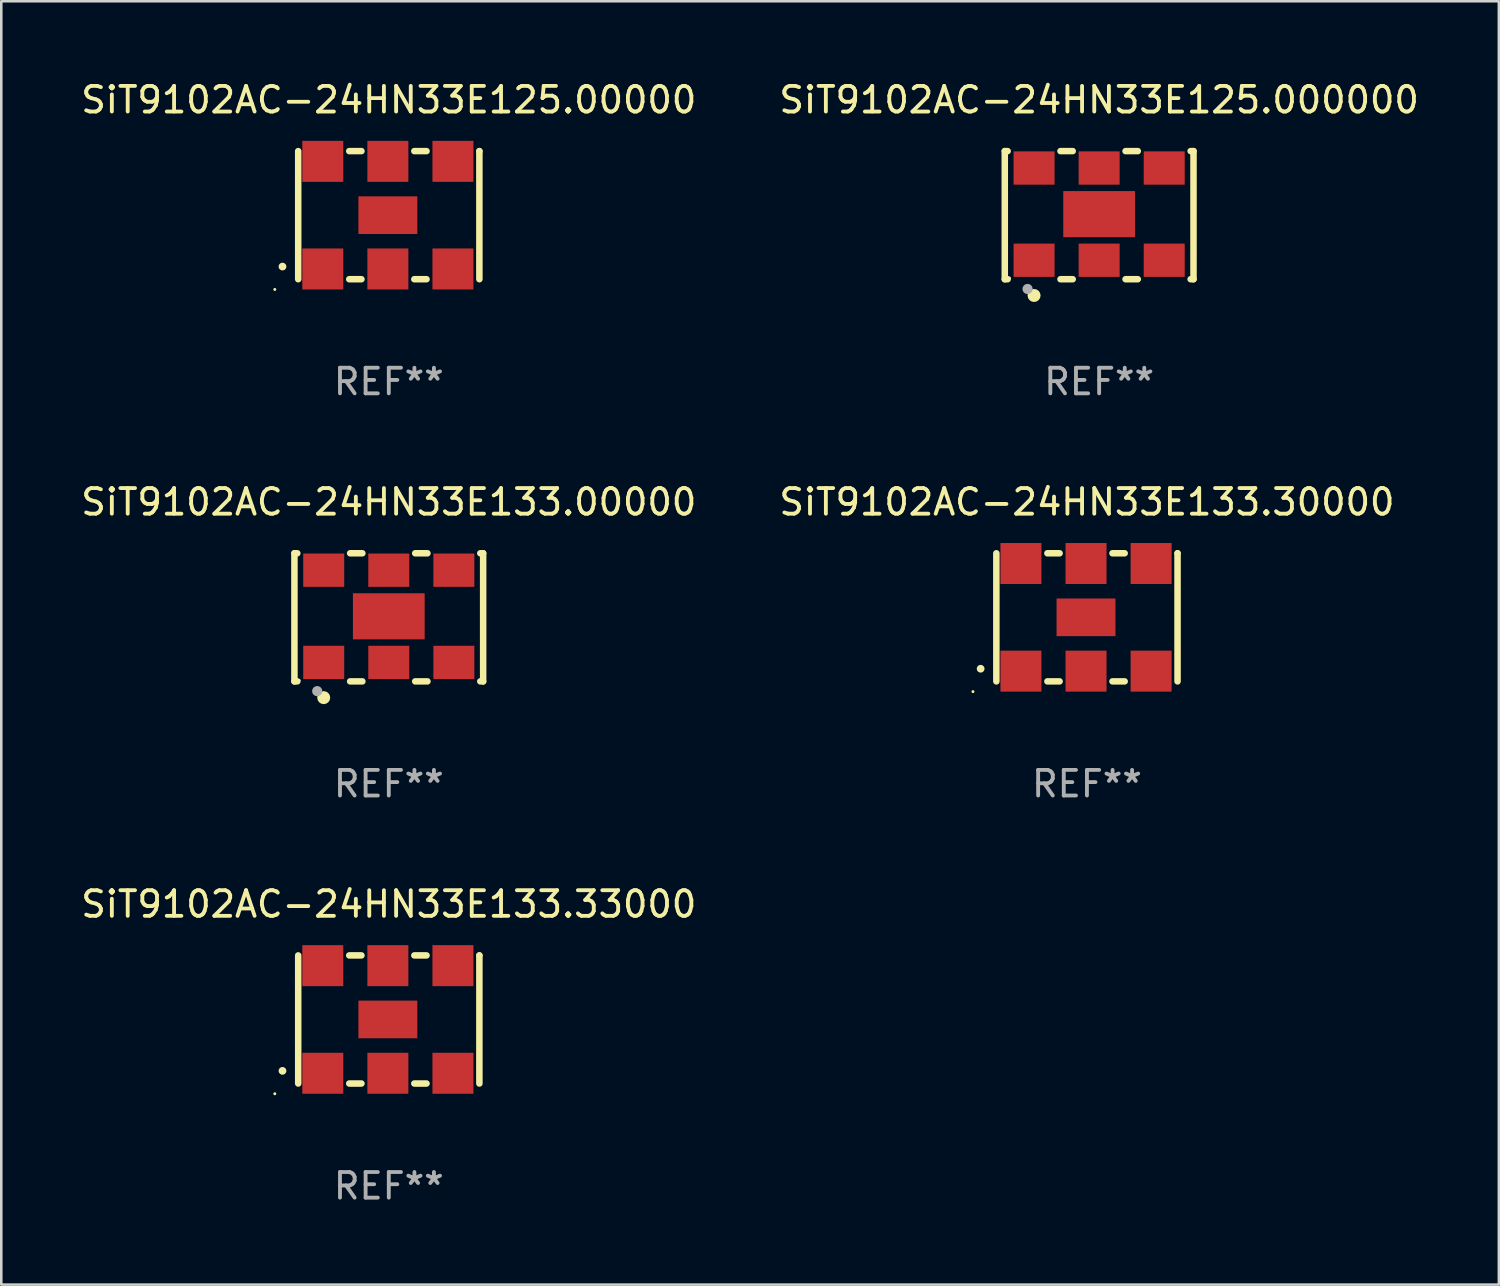
<source format=kicad_pcb>
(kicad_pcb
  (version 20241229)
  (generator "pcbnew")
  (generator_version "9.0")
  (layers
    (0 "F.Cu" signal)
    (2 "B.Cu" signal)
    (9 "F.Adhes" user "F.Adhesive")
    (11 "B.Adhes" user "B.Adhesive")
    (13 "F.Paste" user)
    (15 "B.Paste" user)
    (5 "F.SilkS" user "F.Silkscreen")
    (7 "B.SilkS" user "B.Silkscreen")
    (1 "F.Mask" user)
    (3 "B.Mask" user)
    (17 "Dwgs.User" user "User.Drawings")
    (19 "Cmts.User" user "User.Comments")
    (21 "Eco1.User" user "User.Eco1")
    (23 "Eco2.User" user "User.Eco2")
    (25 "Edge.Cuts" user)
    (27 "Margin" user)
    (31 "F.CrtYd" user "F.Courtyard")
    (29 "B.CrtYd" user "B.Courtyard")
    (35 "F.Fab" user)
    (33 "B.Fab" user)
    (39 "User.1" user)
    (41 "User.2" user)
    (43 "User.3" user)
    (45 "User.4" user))
  (footprint "SiT9102AC-24HN33E133.33000"
    (layer "F.Cu")
    (at 12.125 36.741)
    (property "Reference" "SiT9102AC-24HN33E133.33000" (at 0 -4.5 0) (layer "F.SilkS") (effects (font (size 1 1) (thickness 0.15))))
    (attr through_hole)
    (fp_line (start -3.536 -2.5) (end -3.536 2.5) (stroke (width 0.254) (type solid)) (layer "F.SilkS"))
    (fp_line (start -1.544 2.5) (end -1.067 2.5) (stroke (width 0.254) (type solid)) (layer "F.SilkS"))
    (fp_line (start -1.067 -2.5) (end -1.544 -2.5) (stroke (width 0.254) (type solid)) (layer "F.SilkS"))
    (fp_line (start 0.996 2.5) (end 1.473 2.5) (stroke (width 0.254) (type solid)) (layer "F.SilkS"))
    (fp_line (start 1.473 -2.5) (end 0.996 -2.5) (stroke (width 0.254) (type solid)) (layer "F.SilkS"))
    (fp_line (start 3.536 -2.5) (end 3.536 -2.5) (stroke (width 0.254) (type solid)) (layer "F.SilkS"))
    (fp_line (start 3.536 2.5) (end 3.536 -2.5) (stroke (width 0.254) (type solid)) (layer "F.SilkS"))
    (fp_arc (start -4.150432 2.006604) (mid -4.149162 2.006599) (end -4.147892 2.006604) (stroke (width 0.3) (type solid)) (layer "F.SilkS"))
    (fp_circle (center -4.449 2.9) (end -4.419 2.9) (stroke (width 0.06) (type solid)) (fill no) (layer "F.SilkS"))
    (fp_text user "REF**" (at 0 6.5 0) (layer "F.Fab") (effects (font (size 1 1) (thickness 0.15))))
    (pad "1" smd rect (at -2.576 2.1) (size 1.6 1.6) (layers "F.Cu" "F.Mask" "F.Paste"))
    (pad "2" smd rect (at -0.036 2.1) (size 1.6 1.6) (layers "F.Cu" "F.Mask" "F.Paste"))
    (pad "3" smd rect (at 2.504 2.1) (size 1.6 1.6) (layers "F.Cu" "F.Mask" "F.Paste"))
    (pad "4" smd rect (at 2.504 -2.1) (size 1.6 1.6) (layers "F.Cu" "F.Mask" "F.Paste"))
    (pad "5" smd rect (at -0.036 -2.1) (size 1.6 1.6) (layers "F.Cu" "F.Mask" "F.Paste"))
    (pad "6" smd rect (at -2.576 -2.1) (size 1.6 1.6) (layers "F.Cu" "F.Mask" "F.Paste"))
    (pad "7" smd rect (at -0.036 0) (size 2.3 1.47) (layers "F.Cu" "F.Mask" "F.Paste")))
  (footprint "SiT9102AC-24HN33E125.00000"
    (layer "F.Cu")
    (at 12.125 5.348)
    (property "Reference" "SiT9102AC-24HN33E125.00000" (at 0 -4.5 0) (layer "F.SilkS") (effects (font (size 1 1) (thickness 0.15))))
    (attr through_hole)
    (fp_line (start -3.536 -2.5) (end -3.536 2.5) (stroke (width 0.254) (type solid)) (layer "F.SilkS"))
    (fp_line (start -1.544 2.5) (end -1.067 2.5) (stroke (width 0.254) (type solid)) (layer "F.SilkS"))
    (fp_line (start -1.067 -2.5) (end -1.544 -2.5) (stroke (width 0.254) (type solid)) (layer "F.SilkS"))
    (fp_line (start 0.996 2.5) (end 1.473 2.5) (stroke (width 0.254) (type solid)) (layer "F.SilkS"))
    (fp_line (start 1.473 -2.5) (end 0.996 -2.5) (stroke (width 0.254) (type solid)) (layer "F.SilkS"))
    (fp_line (start 3.536 -2.5) (end 3.536 -2.5) (stroke (width 0.254) (type solid)) (layer "F.SilkS"))
    (fp_line (start 3.536 2.5) (end 3.536 -2.5) (stroke (width 0.254) (type solid)) (layer "F.SilkS"))
    (fp_arc (start -4.150432 2.006604) (mid -4.149162 2.006599) (end -4.147892 2.006604) (stroke (width 0.3) (type solid)) (layer "F.SilkS"))
    (fp_circle (center -4.449 2.9) (end -4.419 2.9) (stroke (width 0.06) (type solid)) (fill no) (layer "F.SilkS"))
    (fp_text user "REF**" (at 0 6.5 0) (layer "F.Fab") (effects (font (size 1 1) (thickness 0.15))))
    (pad "1" smd rect (at -2.576 2.1) (size 1.6 1.6) (layers "F.Cu" "F.Mask" "F.Paste"))
    (pad "2" smd rect (at -0.036 2.1) (size 1.6 1.6) (layers "F.Cu" "F.Mask" "F.Paste"))
    (pad "3" smd rect (at 2.504 2.1) (size 1.6 1.6) (layers "F.Cu" "F.Mask" "F.Paste"))
    (pad "4" smd rect (at 2.504 -2.1) (size 1.6 1.6) (layers "F.Cu" "F.Mask" "F.Paste"))
    (pad "5" smd rect (at -0.036 -2.1) (size 1.6 1.6) (layers "F.Cu" "F.Mask" "F.Paste"))
    (pad "6" smd rect (at -2.576 -2.1) (size 1.6 1.6) (layers "F.Cu" "F.Mask" "F.Paste"))
    (pad "7" smd rect (at -0.036 0) (size 2.3 1.47) (layers "F.Cu" "F.Mask" "F.Paste")))
  (footprint "SiT9102AC-24HN33E133.30000"
    (layer "F.Cu")
    (at 39.375 21.045)
    (property "Reference" "SiT9102AC-24HN33E133.30000" (at 0 -4.5 0) (layer "F.SilkS") (effects (font (size 1 1) (thickness 0.15))))
    (attr through_hole)
    (fp_line (start -3.536 -2.5) (end -3.536 2.5) (stroke (width 0.254) (type solid)) (layer "F.SilkS"))
    (fp_line (start -1.544 2.5) (end -1.067 2.5) (stroke (width 0.254) (type solid)) (layer "F.SilkS"))
    (fp_line (start -1.067 -2.5) (end -1.544 -2.5) (stroke (width 0.254) (type solid)) (layer "F.SilkS"))
    (fp_line (start 0.996 2.5) (end 1.473 2.5) (stroke (width 0.254) (type solid)) (layer "F.SilkS"))
    (fp_line (start 1.473 -2.5) (end 0.996 -2.5) (stroke (width 0.254) (type solid)) (layer "F.SilkS"))
    (fp_line (start 3.536 -2.5) (end 3.536 -2.5) (stroke (width 0.254) (type solid)) (layer "F.SilkS"))
    (fp_line (start 3.536 2.5) (end 3.536 -2.5) (stroke (width 0.254) (type solid)) (layer "F.SilkS"))
    (fp_arc (start -4.150432 2.006604) (mid -4.149162 2.006599) (end -4.147892 2.006604) (stroke (width 0.3) (type solid)) (layer "F.SilkS"))
    (fp_circle (center -4.449 2.9) (end -4.419 2.9) (stroke (width 0.06) (type solid)) (fill no) (layer "F.SilkS"))
    (fp_text user "REF**" (at 0 6.5 0) (layer "F.Fab") (effects (font (size 1 1) (thickness 0.15))))
    (pad "1" smd rect (at -2.576 2.1) (size 1.6 1.6) (layers "F.Cu" "F.Mask" "F.Paste"))
    (pad "2" smd rect (at -0.036 2.1) (size 1.6 1.6) (layers "F.Cu" "F.Mask" "F.Paste"))
    (pad "3" smd rect (at 2.504 2.1) (size 1.6 1.6) (layers "F.Cu" "F.Mask" "F.Paste"))
    (pad "4" smd rect (at 2.504 -2.1) (size 1.6 1.6) (layers "F.Cu" "F.Mask" "F.Paste"))
    (pad "5" smd rect (at -0.036 -2.1) (size 1.6 1.6) (layers "F.Cu" "F.Mask" "F.Paste"))
    (pad "6" smd rect (at -2.576 -2.1) (size 1.6 1.6) (layers "F.Cu" "F.Mask" "F.Paste"))
    (pad "7" smd rect (at -0.036 0) (size 2.3 1.47) (layers "F.Cu" "F.Mask" "F.Paste")))
  (footprint "SiT9102AC-24HN33E133.00000"
    (layer "F.Cu")
    (at 12.125 21.045)
    (property "Reference" "SiT9102AC-24HN33E133.00000" (at 0 -4.5 0) (layer "F.SilkS") (effects (font (size 1 1) (thickness 0.15))))
    (attr through_hole)
    (fp_line (start -3.683 -2.5) (end -3.571 -2.5) (stroke (width 0.254) (type solid)) (layer "F.SilkS"))
    (fp_line (start -3.683 2.5) (end -3.683 -2.5) (stroke (width 0.254) (type solid)) (layer "F.SilkS"))
    (fp_line (start -3.683 2.5) (end -3.571 2.5) (stroke (width 0.254) (type solid)) (layer "F.SilkS"))
    (fp_line (start -1.509 -2.5) (end -1.031 -2.5) (stroke (width 0.254) (type solid)) (layer "F.SilkS"))
    (fp_line (start -1.509 2.5) (end -1.031 2.5) (stroke (width 0.254) (type solid)) (layer "F.SilkS"))
    (fp_line (start 1.031 -2.5) (end 1.509 -2.5) (stroke (width 0.254) (type solid)) (layer "F.SilkS"))
    (fp_line (start 1.031 2.5) (end 1.509 2.5) (stroke (width 0.254) (type solid)) (layer "F.SilkS"))
    (fp_line (start 3.571 -2.5) (end 3.683 -2.5) (stroke (width 0.254) (type solid)) (layer "F.SilkS"))
    (fp_line (start 3.571 2.5) (end 3.683 2.5) (stroke (width 0.254) (type solid)) (layer "F.SilkS"))
    (fp_line (start 3.683 2.5) (end 3.683 -2.5) (stroke (width 0.254) (type solid)) (layer "F.SilkS"))
    (fp_circle (center -3.5 2.46) (end -3.47 2.46) (stroke (width 0.06) (type solid)) (fill no) (layer "F.SilkS"))
    (fp_circle (center -2.54 3.135) (end -2.413 3.135) (stroke (width 0.254) (type solid)) (fill no) (layer "F.SilkS"))
    (fp_circle (center -2.794 2.881) (end -2.694 2.881) (stroke (width 0.2) (type solid)) (fill no) (layer "F.Fab"))
    (fp_text user "REF**" (at 0 6.5 0) (layer "F.Fab") (effects (font (size 1 1) (thickness 0.15))))
    (pad "1" smd rect (at -2.54 1.76) (size 1.6 1.3) (layers "F.Cu" "F.Mask" "F.Paste"))
    (pad "2" smd rect (at 0 1.76) (size 1.6 1.3) (layers "F.Cu" "F.Mask" "F.Paste"))
    (pad "3" smd rect (at 2.54 1.76) (size 1.6 1.3) (layers "F.Cu" "F.Mask" "F.Paste"))
    (pad "4" smd rect (at 2.54 -1.84) (size 1.6 1.3) (layers "F.Cu" "F.Mask" "F.Paste"))
    (pad "5" smd rect (at 0 -1.84) (size 1.6 1.3) (layers "F.Cu" "F.Mask" "F.Paste"))
    (pad "6" smd rect (at -2.54 -1.84) (size 1.6 1.3) (layers "F.Cu" "F.Mask" "F.Paste"))
    (pad "7" smd rect (at 0 -0.04) (size 2.8 1.8) (layers "F.Cu" "F.Mask" "F.Paste")))
  (footprint "SiT9102AC-24HN33E125.000000"
    (layer "F.Cu")
    (at 39.851 5.348)
    (property "Reference" "SiT9102AC-24HN33E125.000000" (at 0 -4.5 0) (layer "F.SilkS") (effects (font (size 1 1) (thickness 0.15))))
    (attr through_hole)
    (fp_line (start -3.683 -2.5) (end -3.571 -2.5) (stroke (width 0.254) (type solid)) (layer "F.SilkS"))
    (fp_line (start -3.683 2.5) (end -3.683 -2.5) (stroke (width 0.254) (type solid)) (layer "F.SilkS"))
    (fp_line (start -3.683 2.5) (end -3.571 2.5) (stroke (width 0.254) (type solid)) (layer "F.SilkS"))
    (fp_line (start -1.509 -2.5) (end -1.031 -2.5) (stroke (width 0.254) (type solid)) (layer "F.SilkS"))
    (fp_line (start -1.509 2.5) (end -1.031 2.5) (stroke (width 0.254) (type solid)) (layer "F.SilkS"))
    (fp_line (start 1.031 -2.5) (end 1.509 -2.5) (stroke (width 0.254) (type solid)) (layer "F.SilkS"))
    (fp_line (start 1.031 2.5) (end 1.509 2.5) (stroke (width 0.254) (type solid)) (layer "F.SilkS"))
    (fp_line (start 3.571 -2.5) (end 3.683 -2.5) (stroke (width 0.254) (type solid)) (layer "F.SilkS"))
    (fp_line (start 3.571 2.5) (end 3.683 2.5) (stroke (width 0.254) (type solid)) (layer "F.SilkS"))
    (fp_line (start 3.683 2.5) (end 3.683 -2.5) (stroke (width 0.254) (type solid)) (layer "F.SilkS"))
    (fp_circle (center -3.5 2.46) (end -3.47 2.46) (stroke (width 0.06) (type solid)) (fill no) (layer "F.SilkS"))
    (fp_circle (center -2.54 3.135) (end -2.413 3.135) (stroke (width 0.254) (type solid)) (fill no) (layer "F.SilkS"))
    (fp_circle (center -2.794 2.881) (end -2.694 2.881) (stroke (width 0.2) (type solid)) (fill no) (layer "F.Fab"))
    (fp_text user "REF**" (at 0 6.5 0) (layer "F.Fab") (effects (font (size 1 1) (thickness 0.15))))
    (pad "1" smd rect (at -2.54 1.76) (size 1.6 1.3) (layers "F.Cu" "F.Mask" "F.Paste"))
    (pad "2" smd rect (at 0 1.76) (size 1.6 1.3) (layers "F.Cu" "F.Mask" "F.Paste"))
    (pad "3" smd rect (at 2.54 1.76) (size 1.6 1.3) (layers "F.Cu" "F.Mask" "F.Paste"))
    (pad "4" smd rect (at 2.54 -1.84) (size 1.6 1.3) (layers "F.Cu" "F.Mask" "F.Paste"))
    (pad "5" smd rect (at 0 -1.84) (size 1.6 1.3) (layers "F.Cu" "F.Mask" "F.Paste"))
    (pad "6" smd rect (at -2.54 -1.84) (size 1.6 1.3) (layers "F.Cu" "F.Mask" "F.Paste"))
    (pad "7" smd rect (at 0 -0.04) (size 2.8 1.8) (layers "F.Cu" "F.Mask" "F.Paste")))
  (gr_rect
    (start -3 -3)
    (end 55.452 47.09)
    (stroke (width 0.1) (type default))
    (fill no)
    (layer "Edge.Cuts")))
</source>
